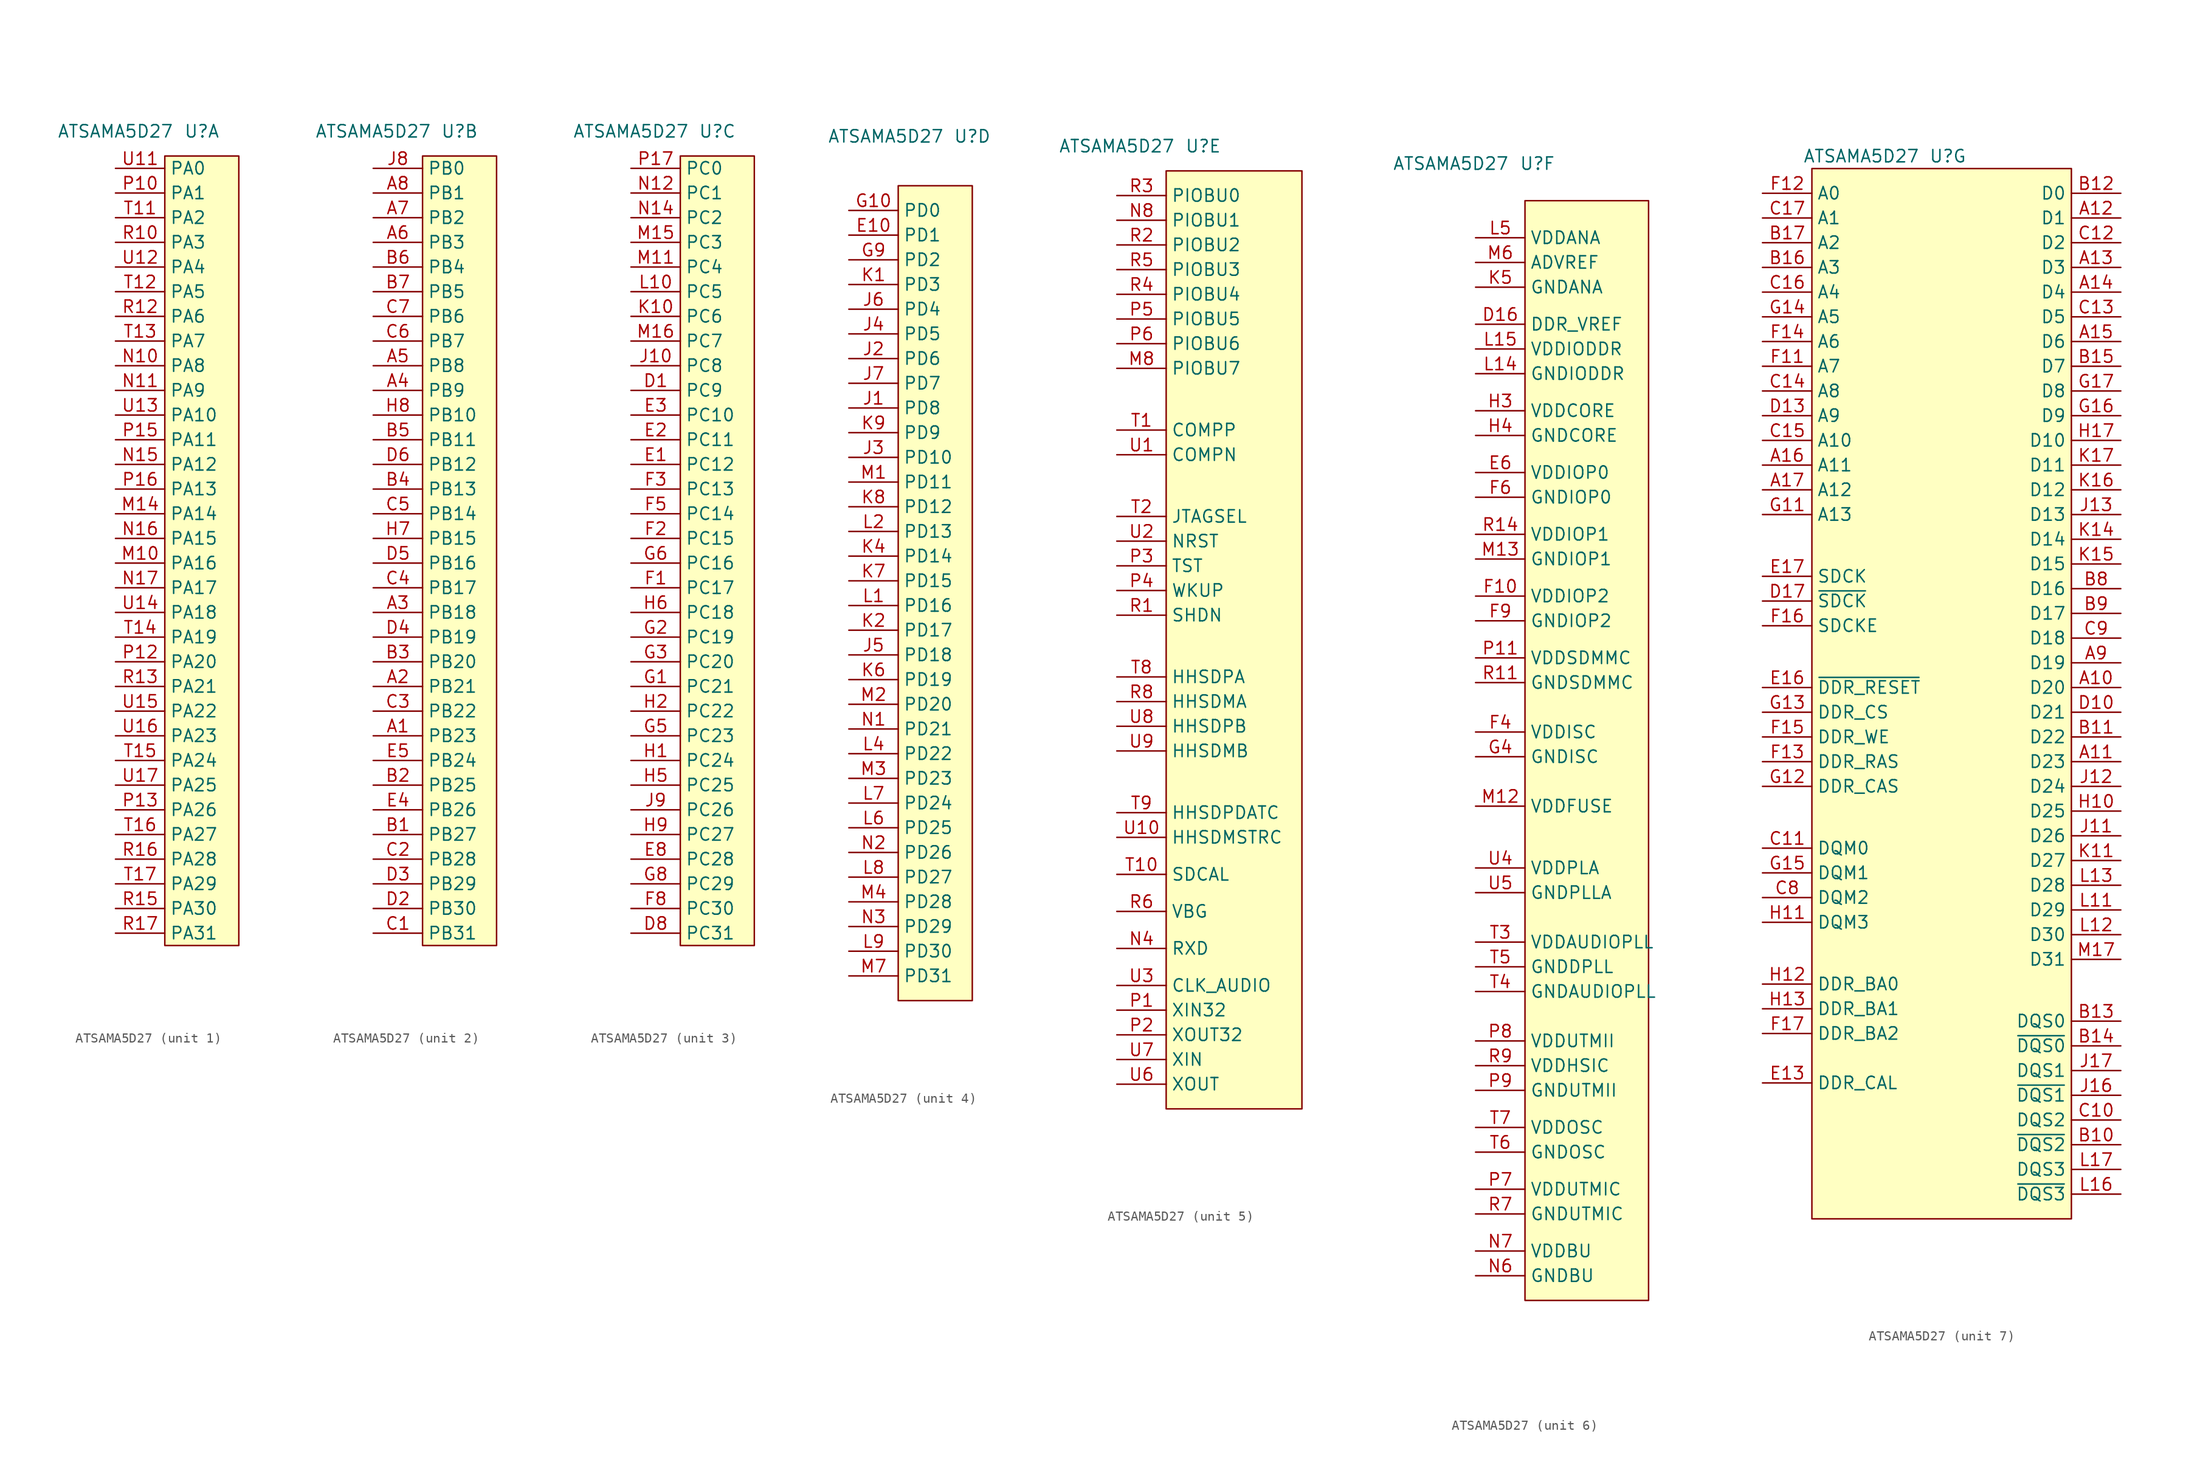
<source format=kicad_sym>
(kicad_symbol_lib
  (version 20211014)
  (generator kicad_symbol_editor)
  (symbol "ATSAMA5D27"
    (property "Reference" "U"
      (at 0 43.18 0)
      (effects (font (size 1.27 1.27))))
    (property "Value" "ATSAMA5D27"
      (at -8.89 43.18 0)
      (effects (font (size 1.27 1.27))))
    (property "ki_locked" ""
      (at 0 0 0)
      (effects (font (size 1.27 1.27))))
    (symbol "ATSAMA5D27_1_0"
      (pin passive line (at -8.89 -1.27 0) (length 5.08) (name "PA16" (effects (font (size 1.27 1.27)))) (number "M10" (effects (font (size 1.27 1.27)))))
      (pin passive line (at -8.89 3.81 0) (length 5.08) (name "PA14" (effects (font (size 1.27 1.27)))) (number "M14" (effects (font (size 1.27 1.27)))))
      (pin passive line (at -8.89 19.05 0) (length 5.08) (name "PA8" (effects (font (size 1.27 1.27)))) (number "N10" (effects (font (size 1.27 1.27)))))
      (pin passive line (at -8.89 16.51 0) (length 5.08) (name "PA9" (effects (font (size 1.27 1.27)))) (number "N11" (effects (font (size 1.27 1.27)))))
      (pin passive line (at -8.89 8.89 0) (length 5.08) (name "PA12" (effects (font (size 1.27 1.27)))) (number "N15" (effects (font (size 1.27 1.27)))))
      (pin passive line (at -8.89 1.27 0) (length 5.08) (name "PA15" (effects (font (size 1.27 1.27)))) (number "N16" (effects (font (size 1.27 1.27)))))
      (pin passive line (at -8.89 -3.81 0) (length 5.08) (name "PA17" (effects (font (size 1.27 1.27)))) (number "N17" (effects (font (size 1.27 1.27)))))
      (pin passive line (at -8.89 36.83 0) (length 5.08) (name "PA1" (effects (font (size 1.27 1.27)))) (number "P10" (effects (font (size 1.27 1.27)))))
      (pin passive line (at -8.89 -11.43 0) (length 5.08) (name "PA20" (effects (font (size 1.27 1.27)))) (number "P12" (effects (font (size 1.27 1.27)))))
      (pin passive line (at -8.89 -26.67 0) (length 5.08) (name "PA26" (effects (font (size 1.27 1.27)))) (number "P13" (effects (font (size 1.27 1.27)))))
      (pin passive line (at -8.89 11.43 0) (length 5.08) (name "PA11" (effects (font (size 1.27 1.27)))) (number "P15" (effects (font (size 1.27 1.27)))))
      (pin passive line (at -8.89 6.35 0) (length 5.08) (name "PA13" (effects (font (size 1.27 1.27)))) (number "P16" (effects (font (size 1.27 1.27)))))
      (pin passive line (at -8.89 31.75 0) (length 5.08) (name "PA3" (effects (font (size 1.27 1.27)))) (number "R10" (effects (font (size 1.27 1.27)))))
      (pin passive line (at -8.89 24.13 0) (length 5.08) (name "PA6" (effects (font (size 1.27 1.27)))) (number "R12" (effects (font (size 1.27 1.27)))))
      (pin passive line (at -8.89 -13.97 0) (length 5.08) (name "PA21" (effects (font (size 1.27 1.27)))) (number "R13" (effects (font (size 1.27 1.27)))))
      (pin passive line (at -8.89 -36.83 0) (length 5.08) (name "PA30" (effects (font (size 1.27 1.27)))) (number "R15" (effects (font (size 1.27 1.27)))))
      (pin passive line (at -8.89 -31.75 0) (length 5.08) (name "PA28" (effects (font (size 1.27 1.27)))) (number "R16" (effects (font (size 1.27 1.27)))))
      (pin passive line (at -8.89 -39.37 0) (length 5.08) (name "PA31" (effects (font (size 1.27 1.27)))) (number "R17" (effects (font (size 1.27 1.27)))))
      (pin passive line (at -8.89 34.29 0) (length 5.08) (name "PA2" (effects (font (size 1.27 1.27)))) (number "T11" (effects (font (size 1.27 1.27)))))
      (pin passive line (at -8.89 26.67 0) (length 5.08) (name "PA5" (effects (font (size 1.27 1.27)))) (number "T12" (effects (font (size 1.27 1.27)))))
      (pin passive line (at -8.89 21.59 0) (length 5.08) (name "PA7" (effects (font (size 1.27 1.27)))) (number "T13" (effects (font (size 1.27 1.27)))))
      (pin passive line (at -8.89 -8.89 0) (length 5.08) (name "PA19" (effects (font (size 1.27 1.27)))) (number "T14" (effects (font (size 1.27 1.27)))))
      (pin passive line (at -8.89 -21.59 0) (length 5.08) (name "PA24" (effects (font (size 1.27 1.27)))) (number "T15" (effects (font (size 1.27 1.27)))))
      (pin passive line (at -8.89 -29.21 0) (length 5.08) (name "PA27" (effects (font (size 1.27 1.27)))) (number "T16" (effects (font (size 1.27 1.27)))))
      (pin passive line (at -8.89 -34.29 0) (length 5.08) (name "PA29" (effects (font (size 1.27 1.27)))) (number "T17" (effects (font (size 1.27 1.27)))))
      (pin passive line (at -8.89 39.37 0) (length 5.08) (name "PA0" (effects (font (size 1.27 1.27)))) (number "U11" (effects (font (size 1.27 1.27)))))
      (pin passive line (at -8.89 29.21 0) (length 5.08) (name "PA4" (effects (font (size 1.27 1.27)))) (number "U12" (effects (font (size 1.27 1.27)))))
      (pin passive line (at -8.89 13.97 0) (length 5.08) (name "PA10" (effects (font (size 1.27 1.27)))) (number "U13" (effects (font (size 1.27 1.27)))))
      (pin passive line (at -8.89 -6.35 0) (length 5.08) (name "PA18" (effects (font (size 1.27 1.27)))) (number "U14" (effects (font (size 1.27 1.27)))))
      (pin passive line (at -8.89 -16.51 0) (length 5.08) (name "PA22" (effects (font (size 1.27 1.27)))) (number "U15" (effects (font (size 1.27 1.27)))))
      (pin passive line (at -8.89 -19.05 0) (length 5.08) (name "PA23" (effects (font (size 1.27 1.27)))) (number "U16" (effects (font (size 1.27 1.27)))))
      (pin passive line (at -8.89 -24.13 0) (length 5.08) (name "PA25" (effects (font (size 1.27 1.27)))) (number "U17" (effects (font (size 1.27 1.27))))))
    (symbol "ATSAMA5D27_1_1"
      (rectangle (start -3.81 40.64) (end 3.81 -40.64) (stroke (width 0.152) (type default) (color 0 0 0 0)) (fill (type background))))
    (symbol "ATSAMA5D27_2_0"
      (pin passive line (at -8.89 -19.05 0) (length 5.08) (name "PB23" (effects (font (size 1.27 1.27)))) (number "A1" (effects (font (size 1.27 1.27)))))
      (pin passive line (at -8.89 -13.97 0) (length 5.08) (name "PB21" (effects (font (size 1.27 1.27)))) (number "A2" (effects (font (size 1.27 1.27)))))
      (pin passive line (at -8.89 -6.35 0) (length 5.08) (name "PB18" (effects (font (size 1.27 1.27)))) (number "A3" (effects (font (size 1.27 1.27)))))
      (pin passive line (at -8.89 16.51 0) (length 5.08) (name "PB9" (effects (font (size 1.27 1.27)))) (number "A4" (effects (font (size 1.27 1.27)))))
      (pin passive line (at -8.89 19.05 0) (length 5.08) (name "PB8" (effects (font (size 1.27 1.27)))) (number "A5" (effects (font (size 1.27 1.27)))))
      (pin passive line (at -8.89 31.75 0) (length 5.08) (name "PB3" (effects (font (size 1.27 1.27)))) (number "A6" (effects (font (size 1.27 1.27)))))
      (pin passive line (at -8.89 34.29 0) (length 5.08) (name "PB2" (effects (font (size 1.27 1.27)))) (number "A7" (effects (font (size 1.27 1.27)))))
      (pin passive line (at -8.89 36.83 0) (length 5.08) (name "PB1" (effects (font (size 1.27 1.27)))) (number "A8" (effects (font (size 1.27 1.27)))))
      (pin passive line (at -8.89 -29.21 0) (length 5.08) (name "PB27" (effects (font (size 1.27 1.27)))) (number "B1" (effects (font (size 1.27 1.27)))))
      (pin passive line (at -8.89 -24.13 0) (length 5.08) (name "PB25" (effects (font (size 1.27 1.27)))) (number "B2" (effects (font (size 1.27 1.27)))))
      (pin passive line (at -8.89 -11.43 0) (length 5.08) (name "PB20" (effects (font (size 1.27 1.27)))) (number "B3" (effects (font (size 1.27 1.27)))))
      (pin passive line (at -8.89 6.35 0) (length 5.08) (name "PB13" (effects (font (size 1.27 1.27)))) (number "B4" (effects (font (size 1.27 1.27)))))
      (pin passive line (at -8.89 11.43 0) (length 5.08) (name "PB11" (effects (font (size 1.27 1.27)))) (number "B5" (effects (font (size 1.27 1.27)))))
      (pin passive line (at -8.89 29.21 0) (length 5.08) (name "PB4" (effects (font (size 1.27 1.27)))) (number "B6" (effects (font (size 1.27 1.27)))))
      (pin passive line (at -8.89 26.67 0) (length 5.08) (name "PB5" (effects (font (size 1.27 1.27)))) (number "B7" (effects (font (size 1.27 1.27)))))
      (pin passive line (at -8.89 -39.37 0) (length 5.08) (name "PB31" (effects (font (size 1.27 1.27)))) (number "C1" (effects (font (size 1.27 1.27)))))
      (pin passive line (at -8.89 -31.75 0) (length 5.08) (name "PB28" (effects (font (size 1.27 1.27)))) (number "C2" (effects (font (size 1.27 1.27)))))
      (pin passive line (at -8.89 -16.51 0) (length 5.08) (name "PB22" (effects (font (size 1.27 1.27)))) (number "C3" (effects (font (size 1.27 1.27)))))
      (pin passive line (at -8.89 -3.81 0) (length 5.08) (name "PB17" (effects (font (size 1.27 1.27)))) (number "C4" (effects (font (size 1.27 1.27)))))
      (pin passive line (at -8.89 3.81 0) (length 5.08) (name "PB14" (effects (font (size 1.27 1.27)))) (number "C5" (effects (font (size 1.27 1.27)))))
      (pin passive line (at -8.89 21.59 0) (length 5.08) (name "PB7" (effects (font (size 1.27 1.27)))) (number "C6" (effects (font (size 1.27 1.27)))))
      (pin passive line (at -8.89 24.13 0) (length 5.08) (name "PB6" (effects (font (size 1.27 1.27)))) (number "C7" (effects (font (size 1.27 1.27)))))
      (pin passive line (at -8.89 -36.83 0) (length 5.08) (name "PB30" (effects (font (size 1.27 1.27)))) (number "D2" (effects (font (size 1.27 1.27)))))
      (pin passive line (at -8.89 -34.29 0) (length 5.08) (name "PB29" (effects (font (size 1.27 1.27)))) (number "D3" (effects (font (size 1.27 1.27)))))
      (pin passive line (at -8.89 -8.89 0) (length 5.08) (name "PB19" (effects (font (size 1.27 1.27)))) (number "D4" (effects (font (size 1.27 1.27)))))
      (pin passive line (at -8.89 -1.27 0) (length 5.08) (name "PB16" (effects (font (size 1.27 1.27)))) (number "D5" (effects (font (size 1.27 1.27)))))
      (pin passive line (at -8.89 8.89 0) (length 5.08) (name "PB12" (effects (font (size 1.27 1.27)))) (number "D6" (effects (font (size 1.27 1.27)))))
      (pin passive line (at -8.89 -26.67 0) (length 5.08) (name "PB26" (effects (font (size 1.27 1.27)))) (number "E4" (effects (font (size 1.27 1.27)))))
      (pin passive line (at -8.89 -21.59 0) (length 5.08) (name "PB24" (effects (font (size 1.27 1.27)))) (number "E5" (effects (font (size 1.27 1.27)))))
      (pin passive line (at -8.89 1.27 0) (length 5.08) (name "PB15" (effects (font (size 1.27 1.27)))) (number "H7" (effects (font (size 1.27 1.27)))))
      (pin passive line (at -8.89 13.97 0) (length 5.08) (name "PB10" (effects (font (size 1.27 1.27)))) (number "H8" (effects (font (size 1.27 1.27)))))
      (pin passive line (at -8.89 39.37 0) (length 5.08) (name "PB0" (effects (font (size 1.27 1.27)))) (number "J8" (effects (font (size 1.27 1.27))))))
    (symbol "ATSAMA5D27_2_1"
      (rectangle (start -3.81 40.64) (end 3.81 -40.64) (stroke (width 0.152) (type default) (color 0 0 0 0)) (fill (type background))))
    (symbol "ATSAMA5D27_3_0"
      (pin passive line (at -8.89 16.51 0) (length 5.08) (name "PC9" (effects (font (size 1.27 1.27)))) (number "D1" (effects (font (size 1.27 1.27)))))
      (pin passive line (at -8.89 -39.37 0) (length 5.08) (name "PC31" (effects (font (size 1.27 1.27)))) (number "D8" (effects (font (size 1.27 1.27)))))
      (pin passive line (at -8.89 8.89 0) (length 5.08) (name "PC12" (effects (font (size 1.27 1.27)))) (number "E1" (effects (font (size 1.27 1.27)))))
      (pin passive line (at -8.89 11.43 0) (length 5.08) (name "PC11" (effects (font (size 1.27 1.27)))) (number "E2" (effects (font (size 1.27 1.27)))))
      (pin passive line (at -8.89 13.97 0) (length 5.08) (name "PC10" (effects (font (size 1.27 1.27)))) (number "E3" (effects (font (size 1.27 1.27)))))
      (pin passive line (at -8.89 -31.75 0) (length 5.08) (name "PC28" (effects (font (size 1.27 1.27)))) (number "E8" (effects (font (size 1.27 1.27)))))
      (pin passive line (at -8.89 -3.81 0) (length 5.08) (name "PC17" (effects (font (size 1.27 1.27)))) (number "F1" (effects (font (size 1.27 1.27)))))
      (pin passive line (at -8.89 1.27 0) (length 5.08) (name "PC15" (effects (font (size 1.27 1.27)))) (number "F2" (effects (font (size 1.27 1.27)))))
      (pin passive line (at -8.89 6.35 0) (length 5.08) (name "PC13" (effects (font (size 1.27 1.27)))) (number "F3" (effects (font (size 1.27 1.27)))))
      (pin passive line (at -8.89 3.81 0) (length 5.08) (name "PC14" (effects (font (size 1.27 1.27)))) (number "F5" (effects (font (size 1.27 1.27)))))
      (pin passive line (at -8.89 -36.83 0) (length 5.08) (name "PC30" (effects (font (size 1.27 1.27)))) (number "F8" (effects (font (size 1.27 1.27)))))
      (pin passive line (at -8.89 -13.97 0) (length 5.08) (name "PC21" (effects (font (size 1.27 1.27)))) (number "G1" (effects (font (size 1.27 1.27)))))
      (pin passive line (at -8.89 -8.89 0) (length 5.08) (name "PC19" (effects (font (size 1.27 1.27)))) (number "G2" (effects (font (size 1.27 1.27)))))
      (pin passive line (at -8.89 -11.43 0) (length 5.08) (name "PC20" (effects (font (size 1.27 1.27)))) (number "G3" (effects (font (size 1.27 1.27)))))
      (pin passive line (at -8.89 -19.05 0) (length 5.08) (name "PC23" (effects (font (size 1.27 1.27)))) (number "G5" (effects (font (size 1.27 1.27)))))
      (pin passive line (at -8.89 -1.27 0) (length 5.08) (name "PC16" (effects (font (size 1.27 1.27)))) (number "G6" (effects (font (size 1.27 1.27)))))
      (pin passive line (at -8.89 -34.29 0) (length 5.08) (name "PC29" (effects (font (size 1.27 1.27)))) (number "G8" (effects (font (size 1.27 1.27)))))
      (pin passive line (at -8.89 -21.59 0) (length 5.08) (name "PC24" (effects (font (size 1.27 1.27)))) (number "H1" (effects (font (size 1.27 1.27)))))
      (pin passive line (at -8.89 -16.51 0) (length 5.08) (name "PC22" (effects (font (size 1.27 1.27)))) (number "H2" (effects (font (size 1.27 1.27)))))
      (pin passive line (at -8.89 -24.13 0) (length 5.08) (name "PC25" (effects (font (size 1.27 1.27)))) (number "H5" (effects (font (size 1.27 1.27)))))
      (pin passive line (at -8.89 -6.35 0) (length 5.08) (name "PC18" (effects (font (size 1.27 1.27)))) (number "H6" (effects (font (size 1.27 1.27)))))
      (pin passive line (at -8.89 -29.21 0) (length 5.08) (name "PC27" (effects (font (size 1.27 1.27)))) (number "H9" (effects (font (size 1.27 1.27)))))
      (pin passive line (at -8.89 19.05 0) (length 5.08) (name "PC8" (effects (font (size 1.27 1.27)))) (number "J10" (effects (font (size 1.27 1.27)))))
      (pin passive line (at -8.89 -26.67 0) (length 5.08) (name "PC26" (effects (font (size 1.27 1.27)))) (number "J9" (effects (font (size 1.27 1.27)))))
      (pin passive line (at -8.89 24.13 0) (length 5.08) (name "PC6" (effects (font (size 1.27 1.27)))) (number "K10" (effects (font (size 1.27 1.27)))))
      (pin passive line (at -8.89 26.67 0) (length 5.08) (name "PC5" (effects (font (size 1.27 1.27)))) (number "L10" (effects (font (size 1.27 1.27)))))
      (pin passive line (at -8.89 29.21 0) (length 5.08) (name "PC4" (effects (font (size 1.27 1.27)))) (number "M11" (effects (font (size 1.27 1.27)))))
      (pin passive line (at -8.89 31.75 0) (length 5.08) (name "PC3" (effects (font (size 1.27 1.27)))) (number "M15" (effects (font (size 1.27 1.27)))))
      (pin passive line (at -8.89 21.59 0) (length 5.08) (name "PC7" (effects (font (size 1.27 1.27)))) (number "M16" (effects (font (size 1.27 1.27)))))
      (pin passive line (at -8.89 36.83 0) (length 5.08) (name "PC1" (effects (font (size 1.27 1.27)))) (number "N12" (effects (font (size 1.27 1.27)))))
      (pin passive line (at -8.89 34.29 0) (length 5.08) (name "PC2" (effects (font (size 1.27 1.27)))) (number "N14" (effects (font (size 1.27 1.27)))))
      (pin passive line (at -8.89 39.37 0) (length 5.08) (name "PC0" (effects (font (size 1.27 1.27)))) (number "P17" (effects (font (size 1.27 1.27))))))
    (symbol "ATSAMA5D27_3_1"
      (rectangle (start -3.81 40.64) (end 3.81 -40.64) (stroke (width 0.152) (type default) (color 0 0 0 0)) (fill (type background))))
    (symbol "ATSAMA5D27_4_0"
      (pin passive line (at -12.7 33.02 0) (length 5.08) (name "PD1" (effects (font (size 1.27 1.27)))) (number "E10" (effects (font (size 1.27 1.27)))))
      (pin passive line (at -12.7 35.56 0) (length 5.08) (name "PD0" (effects (font (size 1.27 1.27)))) (number "G10" (effects (font (size 1.27 1.27)))))
      (pin passive line (at -12.7 30.48 0) (length 5.08) (name "PD2" (effects (font (size 1.27 1.27)))) (number "G9" (effects (font (size 1.27 1.27)))))
      (pin passive line (at -12.7 15.24 0) (length 5.08) (name "PD8" (effects (font (size 1.27 1.27)))) (number "J1" (effects (font (size 1.27 1.27)))))
      (pin passive line (at -12.7 20.32 0) (length 5.08) (name "PD6" (effects (font (size 1.27 1.27)))) (number "J2" (effects (font (size 1.27 1.27)))))
      (pin passive line (at -12.7 10.16 0) (length 5.08) (name "PD10" (effects (font (size 1.27 1.27)))) (number "J3" (effects (font (size 1.27 1.27)))))
      (pin passive line (at -12.7 22.86 0) (length 5.08) (name "PD5" (effects (font (size 1.27 1.27)))) (number "J4" (effects (font (size 1.27 1.27)))))
      (pin passive line (at -12.7 -10.16 0) (length 5.08) (name "PD18" (effects (font (size 1.27 1.27)))) (number "J5" (effects (font (size 1.27 1.27)))))
      (pin passive line (at -12.7 25.4 0) (length 5.08) (name "PD4" (effects (font (size 1.27 1.27)))) (number "J6" (effects (font (size 1.27 1.27)))))
      (pin passive line (at -12.7 17.78 0) (length 5.08) (name "PD7" (effects (font (size 1.27 1.27)))) (number "J7" (effects (font (size 1.27 1.27)))))
      (pin passive line (at -12.7 27.94 0) (length 5.08) (name "PD3" (effects (font (size 1.27 1.27)))) (number "K1" (effects (font (size 1.27 1.27)))))
      (pin passive line (at -12.7 -7.62 0) (length 5.08) (name "PD17" (effects (font (size 1.27 1.27)))) (number "K2" (effects (font (size 1.27 1.27)))))
      (pin passive line (at -12.7 0 0) (length 5.08) (name "PD14" (effects (font (size 1.27 1.27)))) (number "K4" (effects (font (size 1.27 1.27)))))
      (pin passive line (at -12.7 -12.7 0) (length 5.08) (name "PD19" (effects (font (size 1.27 1.27)))) (number "K6" (effects (font (size 1.27 1.27)))))
      (pin passive line (at -12.7 -2.54 0) (length 5.08) (name "PD15" (effects (font (size 1.27 1.27)))) (number "K7" (effects (font (size 1.27 1.27)))))
      (pin passive line (at -12.7 5.08 0) (length 5.08) (name "PD12" (effects (font (size 1.27 1.27)))) (number "K8" (effects (font (size 1.27 1.27)))))
      (pin passive line (at -12.7 12.7 0) (length 5.08) (name "PD9" (effects (font (size 1.27 1.27)))) (number "K9" (effects (font (size 1.27 1.27)))))
      (pin passive line (at -12.7 -5.08 0) (length 5.08) (name "PD16" (effects (font (size 1.27 1.27)))) (number "L1" (effects (font (size 1.27 1.27)))))
      (pin passive line (at -12.7 2.54 0) (length 5.08) (name "PD13" (effects (font (size 1.27 1.27)))) (number "L2" (effects (font (size 1.27 1.27)))))
      (pin passive line (at -12.7 -20.32 0) (length 5.08) (name "PD22" (effects (font (size 1.27 1.27)))) (number "L4" (effects (font (size 1.27 1.27)))))
      (pin passive line (at -12.7 -27.94 0) (length 5.08) (name "PD25" (effects (font (size 1.27 1.27)))) (number "L6" (effects (font (size 1.27 1.27)))))
      (pin passive line (at -12.7 -25.4 0) (length 5.08) (name "PD24" (effects (font (size 1.27 1.27)))) (number "L7" (effects (font (size 1.27 1.27)))))
      (pin passive line (at -12.7 -33.02 0) (length 5.08) (name "PD27" (effects (font (size 1.27 1.27)))) (number "L8" (effects (font (size 1.27 1.27)))))
      (pin passive line (at -12.7 -40.64 0) (length 5.08) (name "PD30" (effects (font (size 1.27 1.27)))) (number "L9" (effects (font (size 1.27 1.27)))))
      (pin passive line (at -12.7 7.62 0) (length 5.08) (name "PD11" (effects (font (size 1.27 1.27)))) (number "M1" (effects (font (size 1.27 1.27)))))
      (pin passive line (at -12.7 -15.24 0) (length 5.08) (name "PD20" (effects (font (size 1.27 1.27)))) (number "M2" (effects (font (size 1.27 1.27)))))
      (pin passive line (at -12.7 -22.86 0) (length 5.08) (name "PD23" (effects (font (size 1.27 1.27)))) (number "M3" (effects (font (size 1.27 1.27)))))
      (pin passive line (at -12.7 -35.56 0) (length 5.08) (name "PD28" (effects (font (size 1.27 1.27)))) (number "M4" (effects (font (size 1.27 1.27)))))
      (pin passive line (at -12.7 -43.18 0) (length 5.08) (name "PD31" (effects (font (size 1.27 1.27)))) (number "M7" (effects (font (size 1.27 1.27)))))
      (pin passive line (at -12.7 -17.78 0) (length 5.08) (name "PD21" (effects (font (size 1.27 1.27)))) (number "N1" (effects (font (size 1.27 1.27)))))
      (pin passive line (at -12.7 -30.48 0) (length 5.08) (name "PD26" (effects (font (size 1.27 1.27)))) (number "N2" (effects (font (size 1.27 1.27)))))
      (pin passive line (at -12.7 -38.1 0) (length 5.08) (name "PD29" (effects (font (size 1.27 1.27)))) (number "N3" (effects (font (size 1.27 1.27))))))
    (symbol "ATSAMA5D27_4_1"
      (rectangle (start -7.62 38.1) (end 0 -45.72) (stroke (width 0.152) (type default) (color 0 0 0 0)) (fill (type background))))
    (symbol "ATSAMA5D27_5_0"
      (pin passive line (at -8.89 20.32 0) (length 5.08) (name "PIOBU7" (effects (font (size 1.27 1.27)))) (number "M8" (effects (font (size 1.27 1.27)))))
      (pin passive line (at -8.89 -39.37 0) (length 5.08) (name "RXD" (effects (font (size 1.27 1.27)))) (number "N4" (effects (font (size 1.27 1.27)))))
      (pin passive line (at -8.89 35.56 0) (length 5.08) (name "PIOBU1" (effects (font (size 1.27 1.27)))) (number "N8" (effects (font (size 1.27 1.27)))))
      (pin passive line (at -8.89 -45.72 0) (length 5.08) (name "XIN32" (effects (font (size 1.27 1.27)))) (number "P1" (effects (font (size 1.27 1.27)))))
      (pin passive line (at -8.89 -48.26 0) (length 5.08) (name "XOUT32" (effects (font (size 1.27 1.27)))) (number "P2" (effects (font (size 1.27 1.27)))))
      (pin passive line (at -8.89 0 0) (length 5.08) (name "TST" (effects (font (size 1.27 1.27)))) (number "P3" (effects (font (size 1.27 1.27)))))
      (pin passive line (at -8.89 -2.54 0) (length 5.08) (name "WKUP" (effects (font (size 1.27 1.27)))) (number "P4" (effects (font (size 1.27 1.27)))))
      (pin passive line (at -8.89 25.4 0) (length 5.08) (name "PIOBU5" (effects (font (size 1.27 1.27)))) (number "P5" (effects (font (size 1.27 1.27)))))
      (pin passive line (at -8.89 22.86 0) (length 5.08) (name "PIOBU6" (effects (font (size 1.27 1.27)))) (number "P6" (effects (font (size 1.27 1.27)))))
      (pin passive line (at -8.89 -5.08 0) (length 5.08) (name "SHDN" (effects (font (size 1.27 1.27)))) (number "R1" (effects (font (size 1.27 1.27)))))
      (pin passive line (at -8.89 33.02 0) (length 5.08) (name "PIOBU2" (effects (font (size 1.27 1.27)))) (number "R2" (effects (font (size 1.27 1.27)))))
      (pin passive line (at -8.89 38.1 0) (length 5.08) (name "PIOBU0" (effects (font (size 1.27 1.27)))) (number "R3" (effects (font (size 1.27 1.27)))))
      (pin passive line (at -8.89 27.94 0) (length 5.08) (name "PIOBU4" (effects (font (size 1.27 1.27)))) (number "R4" (effects (font (size 1.27 1.27)))))
      (pin passive line (at -8.89 30.48 0) (length 5.08) (name "PIOBU3" (effects (font (size 1.27 1.27)))) (number "R5" (effects (font (size 1.27 1.27)))))
      (pin passive line (at -8.89 -35.56 0) (length 5.08) (name "VBG" (effects (font (size 1.27 1.27)))) (number "R6" (effects (font (size 1.27 1.27)))))
      (pin passive line (at -8.89 -13.97 0) (length 5.08) (name "HHSDMA" (effects (font (size 1.27 1.27)))) (number "R8" (effects (font (size 1.27 1.27)))))
      (pin passive line (at -8.89 13.97 0) (length 5.08) (name "COMPP" (effects (font (size 1.27 1.27)))) (number "T1" (effects (font (size 1.27 1.27)))))
      (pin passive line (at -8.89 -31.75 0) (length 5.08) (name "SDCAL" (effects (font (size 1.27 1.27)))) (number "T10" (effects (font (size 1.27 1.27)))))
      (pin passive line (at -8.89 5.08 0) (length 5.08) (name "JTAGSEL" (effects (font (size 1.27 1.27)))) (number "T2" (effects (font (size 1.27 1.27)))))
      (pin passive line (at -8.89 -11.43 0) (length 5.08) (name "HHSDPA" (effects (font (size 1.27 1.27)))) (number "T8" (effects (font (size 1.27 1.27)))))
      (pin passive line (at -8.89 -25.4 0) (length 5.08) (name "HHSDPDATC" (effects (font (size 1.27 1.27)))) (number "T9" (effects (font (size 1.27 1.27)))))
      (pin passive line (at -8.89 11.43 0) (length 5.08) (name "COMPN" (effects (font (size 1.27 1.27)))) (number "U1" (effects (font (size 1.27 1.27)))))
      (pin passive line (at -8.89 -27.94 0) (length 5.08) (name "HHSDMSTRC" (effects (font (size 1.27 1.27)))) (number "U10" (effects (font (size 1.27 1.27)))))
      (pin passive line (at -8.89 2.54 0) (length 5.08) (name "NRST" (effects (font (size 1.27 1.27)))) (number "U2" (effects (font (size 1.27 1.27)))))
      (pin passive line (at -8.89 -43.18 0) (length 5.08) (name "CLK_AUDIO" (effects (font (size 1.27 1.27)))) (number "U3" (effects (font (size 1.27 1.27)))))
      (pin passive line (at -8.89 -53.34 0) (length 5.08) (name "XOUT" (effects (font (size 1.27 1.27)))) (number "U6" (effects (font (size 1.27 1.27)))))
      (pin passive line (at -8.89 -50.8 0) (length 5.08) (name "XIN" (effects (font (size 1.27 1.27)))) (number "U7" (effects (font (size 1.27 1.27)))))
      (pin passive line (at -8.89 -16.51 0) (length 5.08) (name "HHSDPB" (effects (font (size 1.27 1.27)))) (number "U8" (effects (font (size 1.27 1.27)))))
      (pin passive line (at -8.89 -19.05 0) (length 5.08) (name "HHSDMB" (effects (font (size 1.27 1.27)))) (number "U9" (effects (font (size 1.27 1.27))))))
    (symbol "ATSAMA5D27_5_1"
      (rectangle (start -3.81 40.64) (end 10.16 -55.88) (stroke (width 0.152) (type default) (color 0 0 0 0)) (fill (type background))))
    (symbol "ATSAMA5D27_6_0"
      (pin passive line (at -6.35 24.13 0) (length 5.08) hide (name "VDDIODDR" (effects (font (size 1.27 1.27)))) (number "D11" (effects (font (size 1.27 1.27)))))
      (pin passive line (at -6.35 24.13 0) (length 5.08) hide (name "VDDIODDR" (effects (font (size 1.27 1.27)))) (number "D12" (effects (font (size 1.27 1.27)))))
      (pin passive line (at -6.35 21.59 0) (length 5.08) hide (name "GNDIODDR" (effects (font (size 1.27 1.27)))) (number "D14" (effects (font (size 1.27 1.27)))))
      (pin passive line (at -6.35 24.13 0) (length 5.08) hide (name "VDDIODDR" (effects (font (size 1.27 1.27)))) (number "D15" (effects (font (size 1.27 1.27)))))
      (pin passive line (at -6.35 26.67 0) (length 5.08) (name "DDR_VREF" (effects (font (size 1.27 1.27)))) (number "D16" (effects (font (size 1.27 1.27)))))
      (pin passive line (at -6.35 17.78 0) (length 5.08) hide (name "VDDCORE" (effects (font (size 1.27 1.27)))) (number "D7" (effects (font (size 1.27 1.27)))))
      (pin passive line (at -6.35 17.78 0) (length 5.08) hide (name "VDDCORE" (effects (font (size 1.27 1.27)))) (number "D9" (effects (font (size 1.27 1.27)))))
      (pin passive line (at -6.35 21.59 0) (length 5.08) hide (name "GNDIODDR" (effects (font (size 1.27 1.27)))) (number "E11" (effects (font (size 1.27 1.27)))))
      (pin passive line (at -6.35 21.59 0) (length 5.08) hide (name "GNDIODDR" (effects (font (size 1.27 1.27)))) (number "E12" (effects (font (size 1.27 1.27)))))
      (pin passive line (at -6.35 21.59 0) (length 5.08) hide (name "GNDIODDR" (effects (font (size 1.27 1.27)))) (number "E14" (effects (font (size 1.27 1.27)))))
      (pin passive line (at -6.35 21.59 0) (length 5.08) hide (name "GNDIODDR" (effects (font (size 1.27 1.27)))) (number "E14" (effects (font (size 1.27 1.27)))))
      (pin passive line (at -6.35 24.13 0) (length 5.08) hide (name "VDDIODDR" (effects (font (size 1.27 1.27)))) (number "E15" (effects (font (size 1.27 1.27)))))
      (pin passive line (at -6.35 11.43 0) (length 5.08) (name "VDDIOP0" (effects (font (size 1.27 1.27)))) (number "E6" (effects (font (size 1.27 1.27)))))
      (pin passive line (at -6.35 15.24 0) (length 5.08) hide (name "GNDCORE" (effects (font (size 1.27 1.27)))) (number "E7" (effects (font (size 1.27 1.27)))))
      (pin passive line (at -6.35 15.24 0) (length 5.08) hide (name "GNDCORE" (effects (font (size 1.27 1.27)))) (number "E9" (effects (font (size 1.27 1.27)))))
      (pin passive line (at -6.35 -1.27 0) (length 5.08) (name "VDDIOP2" (effects (font (size 1.27 1.27)))) (number "F10" (effects (font (size 1.27 1.27)))))
      (pin passive line (at -6.35 -15.24 0) (length 5.08) (name "VDDISC" (effects (font (size 1.27 1.27)))) (number "F4" (effects (font (size 1.27 1.27)))))
      (pin passive line (at -6.35 8.89 0) (length 5.08) (name "GNDIOP0" (effects (font (size 1.27 1.27)))) (number "F6" (effects (font (size 1.27 1.27)))))
      (pin passive line (at -6.35 11.43 0) (length 5.08) hide (name "VDDIOP0" (effects (font (size 1.27 1.27)))) (number "F7" (effects (font (size 1.27 1.27)))))
      (pin passive line (at -6.35 -3.81 0) (length 5.08) (name "GNDIOP2" (effects (font (size 1.27 1.27)))) (number "F9" (effects (font (size 1.27 1.27)))))
      (pin passive line (at -6.35 -17.78 0) (length 5.08) (name "GNDISC" (effects (font (size 1.27 1.27)))) (number "G4" (effects (font (size 1.27 1.27)))))
      (pin passive line (at -6.35 8.89 0) (length 5.08) hide (name "GNDIOP0" (effects (font (size 1.27 1.27)))) (number "G7" (effects (font (size 1.27 1.27)))))
      (pin passive line (at -6.35 21.59 0) (length 5.08) hide (name "GNDIODDR" (effects (font (size 1.27 1.27)))) (number "H14" (effects (font (size 1.27 1.27)))))
      (pin passive line (at -6.35 24.13 0) (length 5.08) hide (name "VDDIODDR" (effects (font (size 1.27 1.27)))) (number "H15" (effects (font (size 1.27 1.27)))))
      (pin passive line (at -6.35 26.67 0) (length 5.08) hide (name "DDR_VREF" (effects (font (size 1.27 1.27)))) (number "H16" (effects (font (size 1.27 1.27)))))
      (pin passive line (at -6.35 17.78 0) (length 5.08) (name "VDDCORE" (effects (font (size 1.27 1.27)))) (number "H3" (effects (font (size 1.27 1.27)))))
      (pin passive line (at -6.35 15.24 0) (length 5.08) (name "GNDCORE" (effects (font (size 1.27 1.27)))) (number "H4" (effects (font (size 1.27 1.27)))))
      (pin passive line (at -6.35 21.59 0) (length 5.08) hide (name "GNDIODDR" (effects (font (size 1.27 1.27)))) (number "J14" (effects (font (size 1.27 1.27)))))
      (pin passive line (at -6.35 24.13 0) (length 5.08) hide (name "VDDIODDR" (effects (font (size 1.27 1.27)))) (number "J15" (effects (font (size 1.27 1.27)))))
      (pin passive line (at -6.35 15.24 0) (length 5.08) hide (name "GNDCORE" (effects (font (size 1.27 1.27)))) (number "K12" (effects (font (size 1.27 1.27)))))
      (pin passive line (at -6.35 17.78 0) (length 5.08) hide (name "VDDCORE" (effects (font (size 1.27 1.27)))) (number "K13" (effects (font (size 1.27 1.27)))))
      (pin passive line (at -6.35 35.56 0) (length 5.08) hide (name "VDDANA" (effects (font (size 1.27 1.27)))) (number "K3" (effects (font (size 1.27 1.27)))))
      (pin passive line (at -6.35 30.48 0) (length 5.08) (name "GNDANA" (effects (font (size 1.27 1.27)))) (number "K5" (effects (font (size 1.27 1.27)))))
      (pin passive line (at -6.35 21.59 0) (length 5.08) (name "GNDIODDR" (effects (font (size 1.27 1.27)))) (number "L14" (effects (font (size 1.27 1.27)))))
      (pin passive line (at -6.35 24.13 0) (length 5.08) (name "VDDIODDR" (effects (font (size 1.27 1.27)))) (number "L15" (effects (font (size 1.27 1.27)))))
      (pin passive line (at -6.35 30.48 0) (length 5.08) hide (name "GNDANA" (effects (font (size 1.27 1.27)))) (number "L3" (effects (font (size 1.27 1.27)))))
      (pin passive line (at -6.35 35.56 0) (length 5.08) (name "VDDANA" (effects (font (size 1.27 1.27)))) (number "L5" (effects (font (size 1.27 1.27)))))
      (pin passive line (at -6.35 -22.86 0) (length 5.08) (name "VDDFUSE" (effects (font (size 1.27 1.27)))) (number "M12" (effects (font (size 1.27 1.27)))))
      (pin passive line (at -6.35 2.54 0) (length 5.08) (name "GNDIOP1" (effects (font (size 1.27 1.27)))) (number "M13" (effects (font (size 1.27 1.27)))))
      (pin passive line (at -6.35 15.24 0) (length 5.08) hide (name "GNDCORE" (effects (font (size 1.27 1.27)))) (number "M5" (effects (font (size 1.27 1.27)))))
      (pin passive line (at -6.35 33.02 0) (length 5.08) (name "ADVREF" (effects (font (size 1.27 1.27)))) (number "M6" (effects (font (size 1.27 1.27)))))
      (pin passive line (at -6.35 15.24 0) (length 5.08) hide (name "GNDCORE" (effects (font (size 1.27 1.27)))) (number "M9" (effects (font (size 1.27 1.27)))))
      (pin passive line (at -6.35 5.08 0) (length 5.08) hide (name "VDDIOP1" (effects (font (size 1.27 1.27)))) (number "N13" (effects (font (size 1.27 1.27)))))
      (pin passive line (at -6.35 17.78 0) (length 5.08) hide (name "VDDCORE" (effects (font (size 1.27 1.27)))) (number "N5" (effects (font (size 1.27 1.27)))))
      (pin passive line (at -6.35 -71.12 0) (length 5.08) (name "GNDBU" (effects (font (size 1.27 1.27)))) (number "N6" (effects (font (size 1.27 1.27)))))
      (pin passive line (at -6.35 -68.58 0) (length 5.08) (name "VDDBU" (effects (font (size 1.27 1.27)))) (number "N7" (effects (font (size 1.27 1.27)))))
      (pin passive line (at -6.35 17.78 0) (length 5.08) hide (name "VDDCORE" (effects (font (size 1.27 1.27)))) (number "N9" (effects (font (size 1.27 1.27)))))
      (pin passive line (at -6.35 -7.62 0) (length 5.08) (name "VDDSDMMC" (effects (font (size 1.27 1.27)))) (number "P11" (effects (font (size 1.27 1.27)))))
      (pin passive line (at -6.35 2.54 0) (length 5.08) hide (name "GNDIOP1" (effects (font (size 1.27 1.27)))) (number "P14" (effects (font (size 1.27 1.27)))))
      (pin passive line (at -6.35 -62.23 0) (length 5.08) (name "VDDUTMIC" (effects (font (size 1.27 1.27)))) (number "P7" (effects (font (size 1.27 1.27)))))
      (pin passive line (at -6.35 -46.99 0) (length 5.08) (name "VDDUTMII" (effects (font (size 1.27 1.27)))) (number "P8" (effects (font (size 1.27 1.27)))))
      (pin passive line (at -6.35 -52.07 0) (length 5.08) (name "GNDUTMII" (effects (font (size 1.27 1.27)))) (number "P9" (effects (font (size 1.27 1.27)))))
      (pin passive line (at -6.35 -10.16 0) (length 5.08) (name "GNDSDMMC" (effects (font (size 1.27 1.27)))) (number "R11" (effects (font (size 1.27 1.27)))))
      (pin passive line (at -6.35 5.08 0) (length 5.08) (name "VDDIOP1" (effects (font (size 1.27 1.27)))) (number "R14" (effects (font (size 1.27 1.27)))))
      (pin passive line (at -6.35 -64.77 0) (length 5.08) (name "GNDUTMIC" (effects (font (size 1.27 1.27)))) (number "R7" (effects (font (size 1.27 1.27)))))
      (pin passive line (at -6.35 -49.53 0) (length 5.08) (name "VDDHSIC" (effects (font (size 1.27 1.27)))) (number "R9" (effects (font (size 1.27 1.27)))))
      (pin passive line (at -6.35 -36.83 0) (length 5.08) (name "VDDAUDIOPLL" (effects (font (size 1.27 1.27)))) (number "T3" (effects (font (size 1.27 1.27)))))
      (pin passive line (at -6.35 -41.91 0) (length 5.08) (name "GNDAUDIOPLL" (effects (font (size 1.27 1.27)))) (number "T4" (effects (font (size 1.27 1.27)))))
      (pin passive line (at -6.35 -39.37 0) (length 5.08) (name "GNDDPLL" (effects (font (size 1.27 1.27)))) (number "T5" (effects (font (size 1.27 1.27)))))
      (pin passive line (at -6.35 -58.42 0) (length 5.08) (name "GNDOSC" (effects (font (size 1.27 1.27)))) (number "T6" (effects (font (size 1.27 1.27)))))
      (pin passive line (at -6.35 -55.88 0) (length 5.08) (name "VDDOSC" (effects (font (size 1.27 1.27)))) (number "T7" (effects (font (size 1.27 1.27)))))
      (pin passive line (at -6.35 -29.21 0) (length 5.08) (name "VDDPLA" (effects (font (size 1.27 1.27)))) (number "U4" (effects (font (size 1.27 1.27)))))
      (pin passive line (at -6.35 -31.75 0) (length 5.08) (name "GNDPLLA" (effects (font (size 1.27 1.27)))) (number "U5" (effects (font (size 1.27 1.27))))))
    (symbol "ATSAMA5D27_6_1"
      (rectangle (start -1.27 39.37) (end 11.43 -73.66) (stroke (width 0.152) (type default) (color 0 0 0 0)) (fill (type background))))
    (symbol "ATSAMA5D27_7_0"
      (pin passive line (at 17.78 -11.43 180) (length 5.08) (name "D20" (effects (font (size 1.27 1.27)))) (number "A10" (effects (font (size 1.27 1.27)))))
      (pin passive line (at 17.78 -19.05 180) (length 5.08) (name "D23" (effects (font (size 1.27 1.27)))) (number "A11" (effects (font (size 1.27 1.27)))))
      (pin passive line (at 17.78 36.83 180) (length 5.08) (name "D1" (effects (font (size 1.27 1.27)))) (number "A12" (effects (font (size 1.27 1.27)))))
      (pin passive line (at 17.78 31.75 180) (length 5.08) (name "D3" (effects (font (size 1.27 1.27)))) (number "A13" (effects (font (size 1.27 1.27)))))
      (pin passive line (at 17.78 29.21 180) (length 5.08) (name "D4" (effects (font (size 1.27 1.27)))) (number "A14" (effects (font (size 1.27 1.27)))))
      (pin passive line (at 17.78 24.13 180) (length 5.08) (name "D6" (effects (font (size 1.27 1.27)))) (number "A15" (effects (font (size 1.27 1.27)))))
      (pin passive line (at -19.05 11.43 0) (length 5.08) (name "A11" (effects (font (size 1.27 1.27)))) (number "A16" (effects (font (size 1.27 1.27)))))
      (pin passive line (at -19.05 8.89 0) (length 5.08) (name "A12" (effects (font (size 1.27 1.27)))) (number "A17" (effects (font (size 1.27 1.27)))))
      (pin passive line (at 17.78 -8.89 180) (length 5.08) (name "D19" (effects (font (size 1.27 1.27)))) (number "A9" (effects (font (size 1.27 1.27)))))
      (pin passive line (at 17.78 -58.42 180) (length 5.08) (name "~{DQS2}" (effects (font (size 1.27 1.27)))) (number "B10" (effects (font (size 1.27 1.27)))))
      (pin passive line (at 17.78 -16.51 180) (length 5.08) (name "D22" (effects (font (size 1.27 1.27)))) (number "B11" (effects (font (size 1.27 1.27)))))
      (pin passive line (at 17.78 39.37 180) (length 5.08) (name "D0" (effects (font (size 1.27 1.27)))) (number "B12" (effects (font (size 1.27 1.27)))))
      (pin passive line (at 17.78 -45.72 180) (length 5.08) (name "DQS0" (effects (font (size 1.27 1.27)))) (number "B13" (effects (font (size 1.27 1.27)))))
      (pin passive line (at 17.78 -48.26 180) (length 5.08) (name "~{DQS0}" (effects (font (size 1.27 1.27)))) (number "B14" (effects (font (size 1.27 1.27)))))
      (pin passive line (at 17.78 21.59 180) (length 5.08) (name "D7" (effects (font (size 1.27 1.27)))) (number "B15" (effects (font (size 1.27 1.27)))))
      (pin passive line (at -19.05 31.75 0) (length 5.08) (name "A3" (effects (font (size 1.27 1.27)))) (number "B16" (effects (font (size 1.27 1.27)))))
      (pin passive line (at -19.05 34.29 0) (length 5.08) (name "A2" (effects (font (size 1.27 1.27)))) (number "B17" (effects (font (size 1.27 1.27)))))
      (pin passive line (at 17.78 -1.27 180) (length 5.08) (name "D16" (effects (font (size 1.27 1.27)))) (number "B8" (effects (font (size 1.27 1.27)))))
      (pin passive line (at 17.78 -3.81 180) (length 5.08) (name "D17" (effects (font (size 1.27 1.27)))) (number "B9" (effects (font (size 1.27 1.27)))))
      (pin passive line (at 17.78 -55.88 180) (length 5.08) (name "DQS2" (effects (font (size 1.27 1.27)))) (number "C10" (effects (font (size 1.27 1.27)))))
      (pin passive line (at -19.05 -27.94 0) (length 5.08) (name "DQM0" (effects (font (size 1.27 1.27)))) (number "C11" (effects (font (size 1.27 1.27)))))
      (pin passive line (at 17.78 34.29 180) (length 5.08) (name "D2" (effects (font (size 1.27 1.27)))) (number "C12" (effects (font (size 1.27 1.27)))))
      (pin passive line (at 17.78 26.67 180) (length 5.08) (name "D5" (effects (font (size 1.27 1.27)))) (number "C13" (effects (font (size 1.27 1.27)))))
      (pin passive line (at -19.05 19.05 0) (length 5.08) (name "A8" (effects (font (size 1.27 1.27)))) (number "C14" (effects (font (size 1.27 1.27)))))
      (pin passive line (at -19.05 13.97 0) (length 5.08) (name "A10" (effects (font (size 1.27 1.27)))) (number "C15" (effects (font (size 1.27 1.27)))))
      (pin passive line (at -19.05 29.21 0) (length 5.08) (name "A4" (effects (font (size 1.27 1.27)))) (number "C16" (effects (font (size 1.27 1.27)))))
      (pin passive line (at -19.05 36.83 0) (length 5.08) (name "A1" (effects (font (size 1.27 1.27)))) (number "C17" (effects (font (size 1.27 1.27)))))
      (pin passive line (at -19.05 -33.02 0) (length 5.08) (name "DQM2" (effects (font (size 1.27 1.27)))) (number "C8" (effects (font (size 1.27 1.27)))))
      (pin passive line (at 17.78 -6.35 180) (length 5.08) (name "D18" (effects (font (size 1.27 1.27)))) (number "C9" (effects (font (size 1.27 1.27)))))
      (pin passive line (at 17.78 -13.97 180) (length 5.08) (name "D21" (effects (font (size 1.27 1.27)))) (number "D10" (effects (font (size 1.27 1.27)))))
      (pin passive line (at -19.05 16.51 0) (length 5.08) (name "A9" (effects (font (size 1.27 1.27)))) (number "D13" (effects (font (size 1.27 1.27)))))
      (pin passive line (at -19.05 -2.54 0) (length 5.08) (name "~{SDCK}" (effects (font (size 1.27 1.27)))) (number "D17" (effects (font (size 1.27 1.27)))))
      (pin passive line (at -19.05 -52.07 0) (length 5.08) (name "DDR_CAL" (effects (font (size 1.27 1.27)))) (number "E13" (effects (font (size 1.27 1.27)))))
      (pin passive line (at -19.05 -11.43 0) (length 5.08) (name "~{DDR_RESET}" (effects (font (size 1.27 1.27)))) (number "E16" (effects (font (size 1.27 1.27)))))
      (pin passive line (at -19.05 0 0) (length 5.08) (name "SDCK" (effects (font (size 1.27 1.27)))) (number "E17" (effects (font (size 1.27 1.27)))))
      (pin passive line (at -19.05 21.59 0) (length 5.08) (name "A7" (effects (font (size 1.27 1.27)))) (number "F11" (effects (font (size 1.27 1.27)))))
      (pin passive line (at -19.05 39.37 0) (length 5.08) (name "A0" (effects (font (size 1.27 1.27)))) (number "F12" (effects (font (size 1.27 1.27)))))
      (pin passive line (at -19.05 -19.05 0) (length 5.08) (name "DDR_RAS" (effects (font (size 1.27 1.27)))) (number "F13" (effects (font (size 1.27 1.27)))))
      (pin passive line (at -19.05 24.13 0) (length 5.08) (name "A6" (effects (font (size 1.27 1.27)))) (number "F14" (effects (font (size 1.27 1.27)))))
      (pin passive line (at -19.05 -16.51 0) (length 5.08) (name "DDR_WE" (effects (font (size 1.27 1.27)))) (number "F15" (effects (font (size 1.27 1.27)))))
      (pin passive line (at -19.05 -5.08 0) (length 5.08) (name "SDCKE" (effects (font (size 1.27 1.27)))) (number "F16" (effects (font (size 1.27 1.27)))))
      (pin passive line (at -19.05 -46.99 0) (length 5.08) (name "DDR_BA2" (effects (font (size 1.27 1.27)))) (number "F17" (effects (font (size 1.27 1.27)))))
      (pin passive line (at -19.05 6.35 0) (length 5.08) (name "A13" (effects (font (size 1.27 1.27)))) (number "G11" (effects (font (size 1.27 1.27)))))
      (pin passive line (at -19.05 -21.59 0) (length 5.08) (name "DDR_CAS" (effects (font (size 1.27 1.27)))) (number "G12" (effects (font (size 1.27 1.27)))))
      (pin passive line (at -19.05 -13.97 0) (length 5.08) (name "DDR_CS" (effects (font (size 1.27 1.27)))) (number "G13" (effects (font (size 1.27 1.27)))))
      (pin passive line (at -19.05 26.67 0) (length 5.08) (name "A5" (effects (font (size 1.27 1.27)))) (number "G14" (effects (font (size 1.27 1.27)))))
      (pin passive line (at -19.05 -30.48 0) (length 5.08) (name "DQM1" (effects (font (size 1.27 1.27)))) (number "G15" (effects (font (size 1.27 1.27)))))
      (pin passive line (at 17.78 16.51 180) (length 5.08) (name "D9" (effects (font (size 1.27 1.27)))) (number "G16" (effects (font (size 1.27 1.27)))))
      (pin passive line (at 17.78 19.05 180) (length 5.08) (name "D8" (effects (font (size 1.27 1.27)))) (number "G17" (effects (font (size 1.27 1.27)))))
      (pin passive line (at 17.78 -24.13 180) (length 5.08) (name "D25" (effects (font (size 1.27 1.27)))) (number "H10" (effects (font (size 1.27 1.27)))))
      (pin passive line (at -19.05 -35.56 0) (length 5.08) (name "DQM3" (effects (font (size 1.27 1.27)))) (number "H11" (effects (font (size 1.27 1.27)))))
      (pin passive line (at -19.05 -41.91 0) (length 5.08) (name "DDR_BA0" (effects (font (size 1.27 1.27)))) (number "H12" (effects (font (size 1.27 1.27)))))
      (pin passive line (at -19.05 -44.45 0) (length 5.08) (name "DDR_BA1" (effects (font (size 1.27 1.27)))) (number "H13" (effects (font (size 1.27 1.27)))))
      (pin passive line (at 17.78 13.97 180) (length 5.08) (name "D10" (effects (font (size 1.27 1.27)))) (number "H17" (effects (font (size 1.27 1.27)))))
      (pin passive line (at 17.78 -26.67 180) (length 5.08) (name "D26" (effects (font (size 1.27 1.27)))) (number "J11" (effects (font (size 1.27 1.27)))))
      (pin passive line (at 17.78 -21.59 180) (length 5.08) (name "D24" (effects (font (size 1.27 1.27)))) (number "J12" (effects (font (size 1.27 1.27)))))
      (pin passive line (at 17.78 6.35 180) (length 5.08) (name "D13" (effects (font (size 1.27 1.27)))) (number "J13" (effects (font (size 1.27 1.27)))))
      (pin passive line (at 17.78 -53.34 180) (length 5.08) (name "~{DQS1}" (effects (font (size 1.27 1.27)))) (number "J16" (effects (font (size 1.27 1.27)))))
      (pin passive line (at 17.78 -50.8 180) (length 5.08) (name "DQS1" (effects (font (size 1.27 1.27)))) (number "J17" (effects (font (size 1.27 1.27)))))
      (pin passive line (at 17.78 -29.21 180) (length 5.08) (name "D27" (effects (font (size 1.27 1.27)))) (number "K11" (effects (font (size 1.27 1.27)))))
      (pin passive line (at 17.78 3.81 180) (length 5.08) (name "D14" (effects (font (size 1.27 1.27)))) (number "K14" (effects (font (size 1.27 1.27)))))
      (pin passive line (at 17.78 1.27 180) (length 5.08) (name "D15" (effects (font (size 1.27 1.27)))) (number "K15" (effects (font (size 1.27 1.27)))))
      (pin passive line (at 17.78 8.89 180) (length 5.08) (name "D12" (effects (font (size 1.27 1.27)))) (number "K16" (effects (font (size 1.27 1.27)))))
      (pin passive line (at 17.78 11.43 180) (length 5.08) (name "D11" (effects (font (size 1.27 1.27)))) (number "K17" (effects (font (size 1.27 1.27)))))
      (pin passive line (at 17.78 -34.29 180) (length 5.08) (name "D29" (effects (font (size 1.27 1.27)))) (number "L11" (effects (font (size 1.27 1.27)))))
      (pin passive line (at 17.78 -36.83 180) (length 5.08) (name "D30" (effects (font (size 1.27 1.27)))) (number "L12" (effects (font (size 1.27 1.27)))))
      (pin passive line (at 17.78 -31.75 180) (length 5.08) (name "D28" (effects (font (size 1.27 1.27)))) (number "L13" (effects (font (size 1.27 1.27)))))
      (pin passive line (at 17.78 -63.5 180) (length 5.08) (name "~{DQS3}" (effects (font (size 1.27 1.27)))) (number "L16" (effects (font (size 1.27 1.27)))))
      (pin passive line (at 17.78 -60.96 180) (length 5.08) (name "DQS3" (effects (font (size 1.27 1.27)))) (number "L17" (effects (font (size 1.27 1.27)))))
      (pin passive line (at 17.78 -39.37 180) (length 5.08) (name "D31" (effects (font (size 1.27 1.27)))) (number "M17" (effects (font (size 1.27 1.27))))))
    (symbol "ATSAMA5D27_7_1"
      (rectangle (start -13.97 41.91) (end 12.7 -66.04) (stroke (width 0.152) (type default) (color 0 0 0 0)) (fill (type background))))))
</source>
